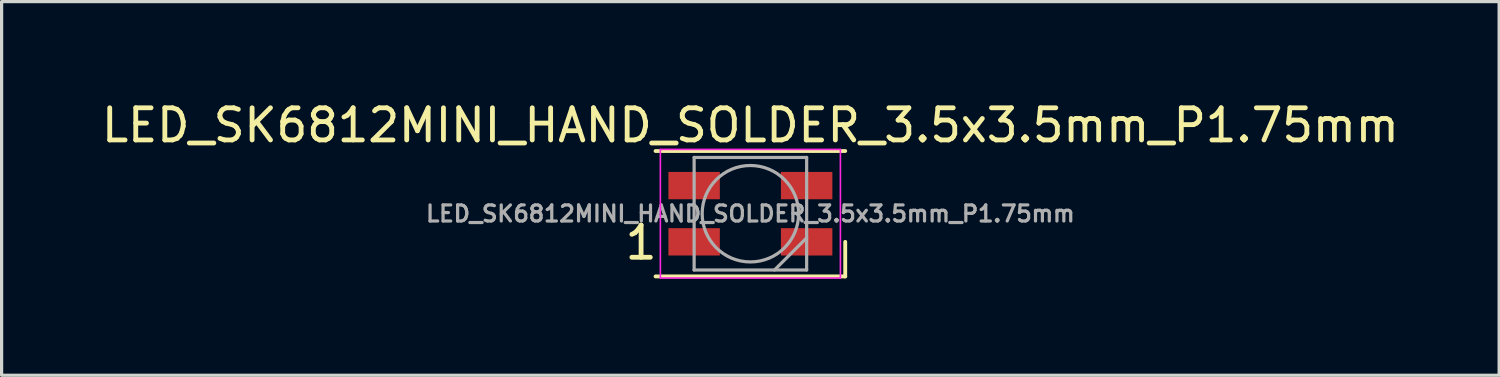
<source format=kicad_pcb>
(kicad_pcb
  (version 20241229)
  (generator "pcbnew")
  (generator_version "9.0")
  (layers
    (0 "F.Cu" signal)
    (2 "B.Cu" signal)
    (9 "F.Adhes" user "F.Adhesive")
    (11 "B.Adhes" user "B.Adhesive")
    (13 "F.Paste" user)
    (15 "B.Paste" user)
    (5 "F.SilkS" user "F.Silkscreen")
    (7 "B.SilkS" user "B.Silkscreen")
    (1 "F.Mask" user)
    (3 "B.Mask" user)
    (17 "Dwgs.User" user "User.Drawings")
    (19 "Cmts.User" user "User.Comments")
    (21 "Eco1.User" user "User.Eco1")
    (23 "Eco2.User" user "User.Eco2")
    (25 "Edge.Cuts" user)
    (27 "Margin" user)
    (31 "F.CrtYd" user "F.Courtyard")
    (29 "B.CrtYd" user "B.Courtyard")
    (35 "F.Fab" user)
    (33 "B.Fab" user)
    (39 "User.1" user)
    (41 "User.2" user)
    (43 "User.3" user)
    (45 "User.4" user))
  (footprint "LED_SK6812MINI_HAND_SOLDER_3.5x3.5mm_P1.75mm"
    (layer "F.Cu")
    (at 20.292 3.598)
    (property "Reference" "LED_SK6812MINI_HAND_SOLDER_3.5x3.5mm_P1.75mm" (at 0 -2.75 0) (layer "F.SilkS") (effects (font (size 1 1) (thickness 0.15))))
    (attr smd)
    (fp_line (start -2.95 -1.95) (end 2.95 -1.95) (stroke (width 0.12) (type solid)) (layer "F.SilkS"))
    (fp_line (start -2.95 1.95) (end 2.95 1.95) (stroke (width 0.12) (type solid)) (layer "F.SilkS"))
    (fp_line (start 2.95 1.95) (end 2.95 0.875) (stroke (width 0.12) (type solid)) (layer "F.SilkS"))
    (fp_line (start -2.8 -2) (end -2.8 2) (stroke (width 0.05) (type solid)) (layer "F.CrtYd"))
    (fp_line (start -2.8 2) (end 2.8 2) (stroke (width 0.05) (type solid)) (layer "F.CrtYd"))
    (fp_line (start 2.8 -2) (end -2.8 -2) (stroke (width 0.05) (type solid)) (layer "F.CrtYd"))
    (fp_line (start 2.8 2) (end 2.8 -2) (stroke (width 0.05) (type solid)) (layer "F.CrtYd"))
    (fp_line (start -1.75 -1.75) (end -1.75 1.75) (stroke (width 0.1) (type solid)) (layer "F.Fab"))
    (fp_line (start -1.75 1.75) (end 1.75 1.75) (stroke (width 0.1) (type solid)) (layer "F.Fab"))
    (fp_line (start 1.75 -1.75) (end -1.75 -1.75) (stroke (width 0.1) (type solid)) (layer "F.Fab"))
    (fp_line (start 1.75 0.75) (end 0.75 1.75) (stroke (width 0.1) (type solid)) (layer "F.Fab"))
    (fp_line (start 1.75 1.75) (end 1.75 -1.75) (stroke (width 0.1) (type solid)) (layer "F.Fab"))
    (fp_circle (center 0 0) (end 0 -1.5) (stroke (width 0.1) (type solid)) (fill no) (layer "F.Fab"))
    (fp_text user "1" (at -3.4 0.9 0) (layer "F.SilkS") (effects (font (size 1 1) (thickness 0.15))))
    (fp_text user "${REFERENCE}" (at 0 0 0) (layer "F.Fab") (effects (font (size 0.5 0.5) (thickness 0.1))))
    (pad "1" smd rect (at -1.75 0.875) (size 1.6 0.85) (layers "F.Cu" "F.Mask" "F.Paste"))
    (pad "2" smd rect (at 1.75 0.875) (size 1.6 0.85) (layers "F.Cu" "F.Mask" "F.Paste"))
    (pad "3" smd rect (at 1.75 -0.875) (size 1.6 0.85) (layers "F.Cu" "F.Mask" "F.Paste"))
    (pad "4" smd rect (at -1.75 -0.875) (size 1.6 0.85) (layers "F.Cu" "F.Mask" "F.Paste")))
  (gr_rect
    (start -3 -3)
    (end 43.583 8.623)
    (stroke (width 0.1) (type default))
    (fill no)
    (layer "Edge.Cuts")))
</source>
